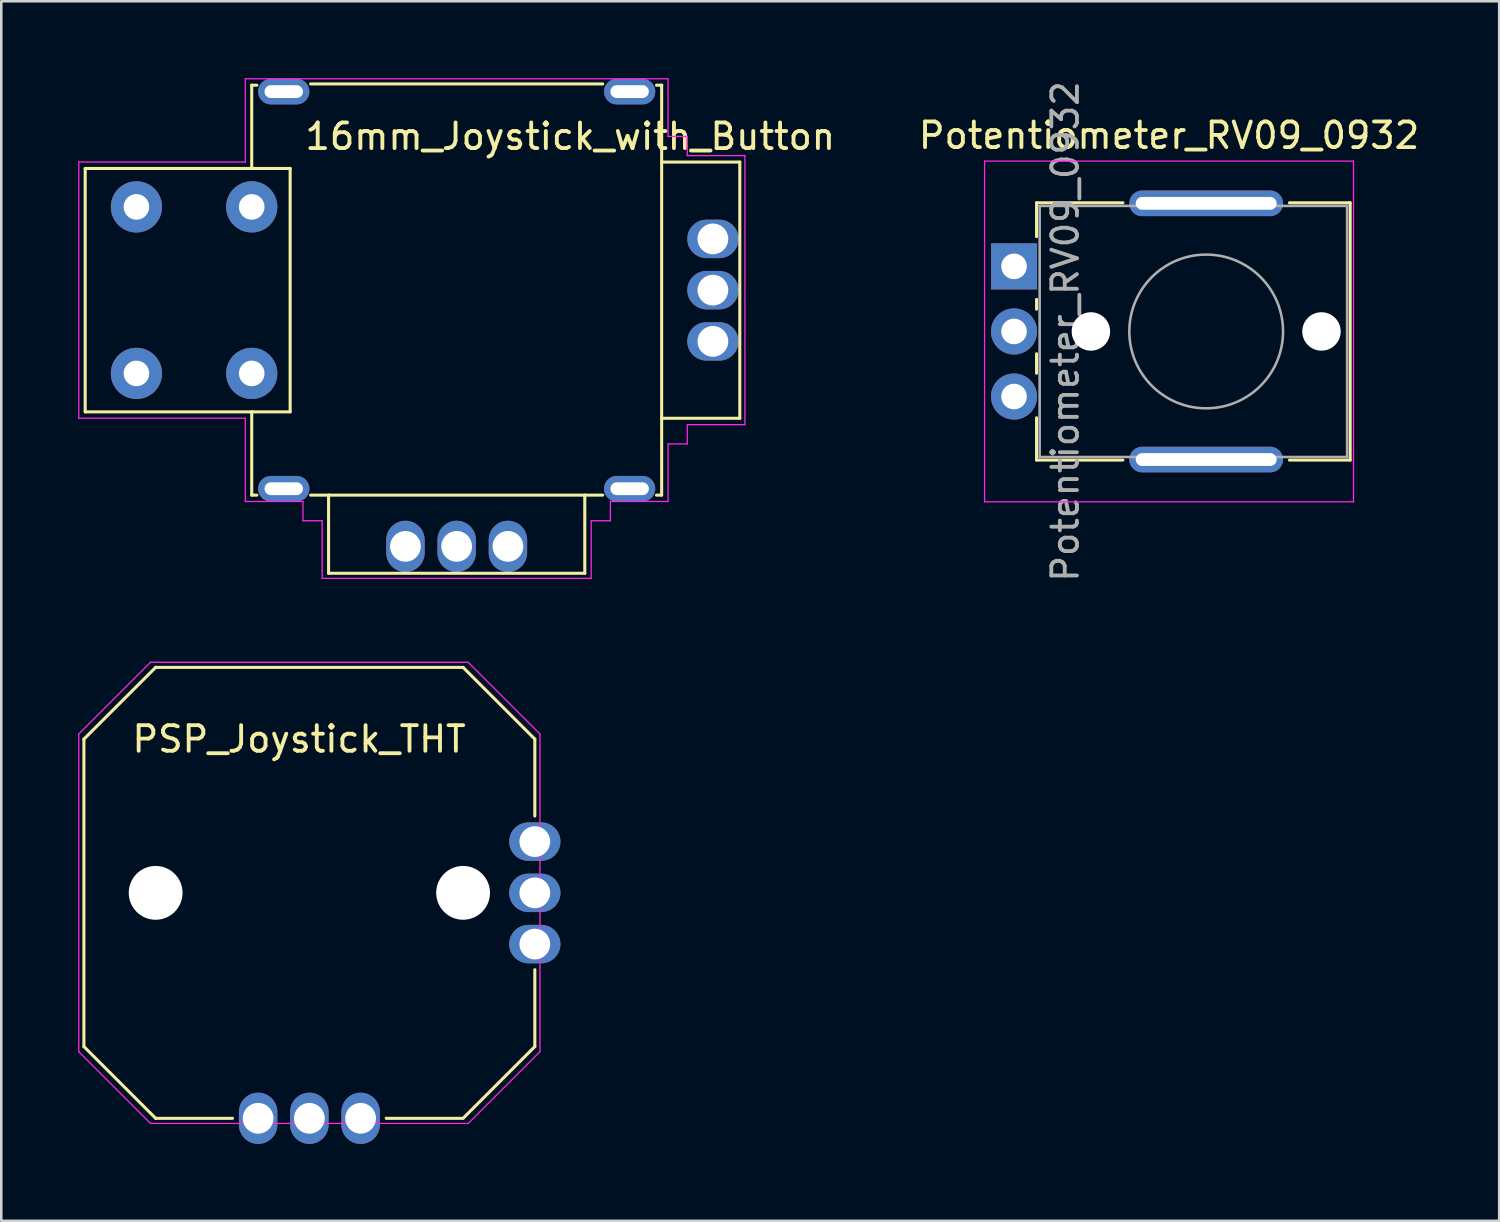
<source format=kicad_pcb>
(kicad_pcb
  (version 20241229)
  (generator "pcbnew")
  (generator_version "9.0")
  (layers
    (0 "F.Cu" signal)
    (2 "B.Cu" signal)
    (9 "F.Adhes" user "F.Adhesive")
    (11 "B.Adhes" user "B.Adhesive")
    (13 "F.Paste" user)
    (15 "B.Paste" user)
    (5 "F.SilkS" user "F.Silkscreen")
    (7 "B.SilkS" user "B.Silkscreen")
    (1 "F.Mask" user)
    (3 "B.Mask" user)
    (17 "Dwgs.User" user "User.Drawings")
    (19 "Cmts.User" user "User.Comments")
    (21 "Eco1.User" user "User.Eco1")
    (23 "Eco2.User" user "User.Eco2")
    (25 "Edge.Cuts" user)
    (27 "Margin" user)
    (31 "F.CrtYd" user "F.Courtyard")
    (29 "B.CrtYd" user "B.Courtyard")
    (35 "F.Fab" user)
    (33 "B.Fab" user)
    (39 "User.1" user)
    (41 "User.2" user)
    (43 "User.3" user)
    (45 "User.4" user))
  (footprint "Potentiometer_RV09_0932"
    (layer "F.Cu")
    (at 44.029 9.887)
    (property "Reference" "Potentiometer_RV09_0932" (at -1.45 -7.65 0) (layer "F.SilkS") (effects (font (size 1 1) (thickness 0.15))))
    (attr through_hole)
    (fp_line (start -6.62 -5.021) (end -6.62 -3.7) (stroke (width 0.12) (type solid)) (layer "F.SilkS"))
    (fp_line (start -6.62 -5.021) (end -3.25 -5.021) (stroke (width 0.12) (type solid)) (layer "F.SilkS"))
    (fp_line (start -6.62 -1.25) (end -6.62 -0.87) (stroke (width 0.12) (type solid)) (layer "F.SilkS"))
    (fp_line (start -6.62 0.871) (end -6.62 1.63) (stroke (width 0.12) (type solid)) (layer "F.SilkS"))
    (fp_line (start -6.62 3.37) (end -6.62 5.02) (stroke (width 0.12) (type solid)) (layer "F.SilkS"))
    (fp_line (start -6.62 5.02) (end -3.25 5.02) (stroke (width 0.12) (type solid)) (layer "F.SilkS"))
    (fp_line (start 3.25 -5.021) (end 5.62 -5.021) (stroke (width 0.12) (type solid)) (layer "F.SilkS"))
    (fp_line (start 3.25 5.02) (end 5.62 5.02) (stroke (width 0.12) (type solid)) (layer "F.SilkS"))
    (fp_line (start 5.62 -5.021) (end 5.62 5.02) (stroke (width 0.12) (type solid)) (layer "F.SilkS"))
    (fp_line (start -8.65 -6.65) (end -8.65 6.65) (stroke (width 0.05) (type solid)) (layer "F.CrtYd"))
    (fp_line (start -8.65 6.65) (end 5.75 6.65) (stroke (width 0.05) (type solid)) (layer "F.CrtYd"))
    (fp_line (start 5.75 -6.65) (end -8.65 -6.65) (stroke (width 0.05) (type solid)) (layer "F.CrtYd"))
    (fp_line (start 5.75 6.65) (end 5.75 -6.65) (stroke (width 0.05) (type solid)) (layer "F.CrtYd"))
    (fp_line (start -6.5 -4.9) (end -6.5 4.9) (stroke (width 0.1) (type solid)) (layer "F.Fab"))
    (fp_line (start -6.5 4.9) (end 5.5 4.9) (stroke (width 0.1) (type solid)) (layer "F.Fab"))
    (fp_line (start 5.5 -4.9) (end -6.5 -4.9) (stroke (width 0.1) (type solid)) (layer "F.Fab"))
    (fp_line (start 5.5 4.9) (end 5.5 -4.9) (stroke (width 0.1) (type solid)) (layer "F.Fab"))
    (fp_circle (center 0 0) (end 3 0) (stroke (width 0.1) (type solid)) (fill no) (layer "F.Fab"))
    (fp_text user "${REFERENCE}" (at -5.5 0 90) (layer "F.Fab") (effects (font (size 1 1) (thickness 0.15))))
    (pad "" np_thru_hole circle (at -4.5 0) (size 1.5 1.5) (drill 1.5) (layers "*.Cu" "*.Mask"))
    (pad "" np_thru_hole circle (at 4.5 0) (size 1.5 1.5) (drill 1.5) (layers "*.Cu" "*.Mask"))
    (pad "1" thru_hole rect (at -7.5 -2.54) (size 1.8 1.8) (drill 1) (layers "*.Cu" "*.Mask"))
    (pad "2" thru_hole circle (at -7.5 0) (size 1.8 1.8) (drill 1) (layers "*.Cu" "*.Mask"))
    (pad "3" thru_hole circle (at -7.5 2.54) (size 1.8 1.8) (drill 1) (layers "*.Cu" "*.Mask"))
    (pad "MP" thru_hole oval (at 0 -5) (size 6 1) (drill oval 5.5 0.5) (layers "*.Cu" "*.Mask"))
    (pad "MP" thru_hole oval (at 0 5) (size 6 1) (drill oval 5.5 0.5) (layers "*.Cu" "*.Mask")))
  (footprint "PSP_Joystick_THT"
    (layer "F.Cu")
    (at 9.025 31.799)
    (property "Reference" "PSP_Joystick_THT" (at -7 -6 0) (layer "F.SilkS") (effects (font (size 1 1) (thickness 0.15)) (justify left)))
    (attr through_hole)
    (fp_line (start -8.8 -6) (end -6 -8.8) (stroke (width 0.12) (type default)) (layer "F.SilkS"))
    (fp_line (start -8.8 6) (end -8.8 -6) (stroke (width 0.12) (type default)) (layer "F.SilkS"))
    (fp_line (start -6 -8.8) (end 6 -8.8) (stroke (width 0.12) (type default)) (layer "F.SilkS"))
    (fp_line (start -6 8.8) (end -8.8 6) (stroke (width 0.12) (type default)) (layer "F.SilkS"))
    (fp_line (start -6 8.8) (end -3 8.8) (stroke (width 0.12) (type default)) (layer "F.SilkS"))
    (fp_line (start 3 8.8) (end 6 8.8) (stroke (width 0.12) (type default)) (layer "F.SilkS"))
    (fp_line (start 6 -8.8) (end 8.8 -6) (stroke (width 0.12) (type default)) (layer "F.SilkS"))
    (fp_line (start 8.8 -6) (end 8.8 -3) (stroke (width 0.12) (type default)) (layer "F.SilkS"))
    (fp_line (start 8.8 3) (end 8.8 6) (stroke (width 0.12) (type default)) (layer "F.SilkS"))
    (fp_line (start 8.8 6) (end 6 8.8) (stroke (width 0.12) (type default)) (layer "F.SilkS"))
    (fp_line (start -2 6) (end -1.5 6) (stroke (width 0.12) (type default)) (layer "Eco1.User"))
    (fp_line (start -2 7.5) (end -2 6) (stroke (width 0.12) (type default)) (layer "Eco1.User"))
    (fp_line (start -1.5 5.5) (end 1.5 5.5) (stroke (width 0.12) (type default)) (layer "Eco1.User"))
    (fp_line (start -1.5 6.5) (end -1.5 5.5) (stroke (width 0.12) (type default)) (layer "Eco1.User"))
    (fp_line (start -0.25 6.75) (end 0.25 6.75) (stroke (width 0.12) (type default)) (layer "Eco1.User"))
    (fp_line (start 0 6.5) (end -0.25 6.75) (stroke (width 0.12) (type default)) (layer "Eco1.User"))
    (fp_line (start 0 7.5) (end 0 6.5) (stroke (width 0.12) (type default)) (layer "Eco1.User"))
    (fp_line (start 0.25 6.75) (end 0 6.5) (stroke (width 0.12) (type default)) (layer "Eco1.User"))
    (fp_line (start 1.5 5.5) (end 1.5 6.5) (stroke (width 0.12) (type default)) (layer "Eco1.User"))
    (fp_line (start 1.5 6.5) (end -1.5 6.5) (stroke (width 0.12) (type default)) (layer "Eco1.User"))
    (fp_line (start 2 6) (end 1.5 6) (stroke (width 0.12) (type default)) (layer "Eco1.User"))
    (fp_line (start 2 7.5) (end 2 6) (stroke (width 0.12) (type default)) (layer "Eco1.User"))
    (fp_line (start 5.5 -1.5) (end 6.5 -1.5) (stroke (width 0.12) (type default)) (layer "Eco1.User"))
    (fp_line (start 5.5 1.5) (end 5.5 -1.5) (stroke (width 0.12) (type default)) (layer "Eco1.User"))
    (fp_line (start 6 -2) (end 6 -1.5) (stroke (width 0.12) (type default)) (layer "Eco1.User"))
    (fp_line (start 6 2) (end 6 1.5) (stroke (width 0.12) (type default)) (layer "Eco1.User"))
    (fp_line (start 6.5 -1.5) (end 6.5 1.5) (stroke (width 0.12) (type default)) (layer "Eco1.User"))
    (fp_line (start 6.5 0) (end 6.75 0.25) (stroke (width 0.12) (type default)) (layer "Eco1.User"))
    (fp_line (start 6.5 1.5) (end 5.5 1.5) (stroke (width 0.12) (type default)) (layer "Eco1.User"))
    (fp_line (start 6.75 -0.25) (end 6.5 0) (stroke (width 0.12) (type default)) (layer "Eco1.User"))
    (fp_line (start 6.75 0.25) (end 6.75 -0.25) (stroke (width 0.12) (type default)) (layer "Eco1.User"))
    (fp_line (start 7.5 -2) (end 6 -2) (stroke (width 0.12) (type default)) (layer "Eco1.User"))
    (fp_line (start 7.5 0) (end 6.5 0) (stroke (width 0.12) (type default)) (layer "Eco1.User"))
    (fp_line (start 7.5 2) (end 6 2) (stroke (width 0.12) (type default)) (layer "Eco1.User"))
    (fp_line (start -9 -6.2) (end -6.2 -9) (stroke (width 0.05) (type default)) (layer "F.CrtYd"))
    (fp_line (start -9 6.2) (end -9 -6.2) (stroke (width 0.05) (type default)) (layer "F.CrtYd"))
    (fp_line (start -6.2 -9) (end 6.2 -9) (stroke (width 0.05) (type default)) (layer "F.CrtYd"))
    (fp_line (start -6.2 9) (end -9 6.2) (stroke (width 0.05) (type default)) (layer "F.CrtYd"))
    (fp_line (start 6.2 -9) (end 9 -6.2) (stroke (width 0.05) (type default)) (layer "F.CrtYd"))
    (fp_line (start 6.2 9) (end -6.2 9) (stroke (width 0.05) (type default)) (layer "F.CrtYd"))
    (fp_line (start 9 -6.2) (end 9 6.2) (stroke (width 0.05) (type default)) (layer "F.CrtYd"))
    (fp_line (start 9 6.2) (end 6.2 9) (stroke (width 0.05) (type default)) (layer "F.CrtYd"))
    (pad "" np_thru_hole circle (at -6 0 90) (size 2.1 2.1) (drill 2.1) (layers "*.Cu" "*.Mask"))
    (pad "" np_thru_hole circle (at 6 0 90) (size 2.1 2.1) (drill 2.1) (layers "*.Cu" "*.Mask"))
    (pad "1" thru_hole oval (at 8.8 -2 90) (size 1.5 2) (drill 1.2) (layers "*.Cu" "*.Mask"))
    (pad "2" thru_hole oval (at 8.8 0 90) (size 1.5 2) (drill 1.2) (layers "*.Cu" "*.Mask"))
    (pad "3" thru_hole oval (at 8.8 2 90) (size 1.5 2) (drill 1.2) (layers "*.Cu" "*.Mask"))
    (pad "4" thru_hole oval (at 2 8.8 90) (size 2 1.5) (drill 1.2) (layers "*.Cu" "*.Mask"))
    (pad "5" thru_hole oval (at 0 8.8 90) (size 2 1.5) (drill 1.2) (layers "*.Cu" "*.Mask"))
    (pad "6" thru_hole oval (at -2 8.8 90) (size 2 1.5) (drill 1.2) (layers "*.Cu" "*.Mask")))
  (footprint "16mm_Joystick_with_Button"
    (layer "F.Cu")
    (at 14.775 8.275)
    (property "Reference" "16mm_Joystick_with_Button" (at -6 -6 0) (layer "F.SilkS") (effects (font (size 1 1) (thickness 0.15)) (justify left)))
    (attr through_hole)
    (fp_line (start -14.5 -4.75) (end -14.5 4.75) (stroke (width 0.12) (type default)) (layer "F.SilkS"))
    (fp_line (start -14.5 -4.75) (end -8 -4.75) (stroke (width 0.12) (type default)) (layer "F.SilkS"))
    (fp_line (start -14.5 4.75) (end -8 4.75) (stroke (width 0.12) (type default)) (layer "F.SilkS"))
    (fp_line (start -8 -8) (end -7.8 -8) (stroke (width 0.12) (type default)) (layer "F.SilkS"))
    (fp_line (start -8 -4.75) (end -8 -8) (stroke (width 0.12) (type default)) (layer "F.SilkS"))
    (fp_line (start -8 -4.75) (end -6.5 -4.75) (stroke (width 0.12) (type default)) (layer "F.SilkS"))
    (fp_line (start -8 8) (end -8 4.75) (stroke (width 0.12) (type default)) (layer "F.SilkS"))
    (fp_line (start -8 8) (end -7.8 8) (stroke (width 0.12) (type default)) (layer "F.SilkS"))
    (fp_line (start -6.5 -4.75) (end -6.5 4.75) (stroke (width 0.12) (type default)) (layer "F.SilkS"))
    (fp_line (start -6.5 4.75) (end -8 4.75) (stroke (width 0.12) (type default)) (layer "F.SilkS"))
    (fp_line (start -5.7 -8.05) (end 5.7 -8.05) (stroke (width 0.12) (type default)) (layer "F.SilkS"))
    (fp_line (start -5.7 8) (end 5.7 8) (stroke (width 0.12) (type default)) (layer "F.SilkS"))
    (fp_line (start -5 8) (end -5 11.05) (stroke (width 0.12) (type default)) (layer "F.SilkS"))
    (fp_line (start -5 11.05) (end 5 11.05) (stroke (width 0.12) (type default)) (layer "F.SilkS"))
    (fp_line (start 5 11.05) (end 5 8) (stroke (width 0.12) (type default)) (layer "F.SilkS"))
    (fp_line (start 8 -8) (end 7.8 -8) (stroke (width 0.12) (type default)) (layer "F.SilkS"))
    (fp_line (start 8 -8) (end 8 8) (stroke (width 0.12) (type default)) (layer "F.SilkS"))
    (fp_line (start 8 8) (end 7.8 8) (stroke (width 0.12) (type default)) (layer "F.SilkS"))
    (fp_line (start 11.05 -5) (end 8 -5) (stroke (width 0.12) (type default)) (layer "F.SilkS"))
    (fp_line (start 11.05 -5) (end 11.05 5) (stroke (width 0.12) (type default)) (layer "F.SilkS"))
    (fp_line (start 11.05 5) (end 8 5) (stroke (width 0.12) (type default)) (layer "F.SilkS"))
    (fp_line (start -2 6.5) (end -1.5 6.5) (stroke (width 0.12) (type default)) (layer "Eco1.User"))
    (fp_line (start -2 8) (end -2 6.5) (stroke (width 0.12) (type default)) (layer "Eco1.User"))
    (fp_line (start -1.5 6) (end 1.5 6) (stroke (width 0.12) (type default)) (layer "Eco1.User"))
    (fp_line (start -1.5 7) (end -1.5 6) (stroke (width 0.12) (type default)) (layer "Eco1.User"))
    (fp_line (start -0.25 7.25) (end 0.25 7.25) (stroke (width 0.12) (type default)) (layer "Eco1.User"))
    (fp_line (start 0 7) (end -0.25 7.25) (stroke (width 0.12) (type default)) (layer "Eco1.User"))
    (fp_line (start 0 8) (end 0 7) (stroke (width 0.12) (type default)) (layer "Eco1.User"))
    (fp_line (start 0.25 7.25) (end 0 7) (stroke (width 0.12) (type default)) (layer "Eco1.User"))
    (fp_line (start 1.5 6) (end 1.5 7) (stroke (width 0.12) (type default)) (layer "Eco1.User"))
    (fp_line (start 1.5 7) (end -1.5 7) (stroke (width 0.12) (type default)) (layer "Eco1.User"))
    (fp_line (start 2 6.5) (end 1.5 6.5) (stroke (width 0.12) (type default)) (layer "Eco1.User"))
    (fp_line (start 2 8) (end 2 6.5) (stroke (width 0.12) (type default)) (layer "Eco1.User"))
    (fp_line (start 6 -1.5) (end 7 -1.5) (stroke (width 0.12) (type default)) (layer "Eco1.User"))
    (fp_line (start 6 1.5) (end 6 -1.5) (stroke (width 0.12) (type default)) (layer "Eco1.User"))
    (fp_line (start 6.5 -2) (end 6.5 -1.5) (stroke (width 0.12) (type default)) (layer "Eco1.User"))
    (fp_line (start 6.5 2) (end 6.5 1.5) (stroke (width 0.12) (type default)) (layer "Eco1.User"))
    (fp_line (start 7 -1.5) (end 7 1.5) (stroke (width 0.12) (type default)) (layer "Eco1.User"))
    (fp_line (start 7 0) (end 7.25 0.25) (stroke (width 0.12) (type default)) (layer "Eco1.User"))
    (fp_line (start 7 1.5) (end 6 1.5) (stroke (width 0.12) (type default)) (layer "Eco1.User"))
    (fp_line (start 7.25 -0.25) (end 7 0) (stroke (width 0.12) (type default)) (layer "Eco1.User"))
    (fp_line (start 7.25 0.25) (end 7.25 -0.25) (stroke (width 0.12) (type default)) (layer "Eco1.User"))
    (fp_line (start 8 -2) (end 6.5 -2) (stroke (width 0.12) (type default)) (layer "Eco1.User"))
    (fp_line (start 8 0) (end 7 0) (stroke (width 0.12) (type default)) (layer "Eco1.User"))
    (fp_line (start 8 2) (end 6.5 2) (stroke (width 0.12) (type default)) (layer "Eco1.User"))
    (fp_line (start -14.75 -5) (end -14.75 5) (stroke (width 0.05) (type default)) (layer "F.CrtYd"))
    (fp_line (start -14.75 5) (end -8.25 5) (stroke (width 0.05) (type default)) (layer "F.CrtYd"))
    (fp_line (start -8.25 -8.25) (end -8.25 -5) (stroke (width 0.05) (type default)) (layer "F.CrtYd"))
    (fp_line (start -8.25 -8.25) (end 8.25 -8.25) (stroke (width 0.05) (type default)) (layer "F.CrtYd"))
    (fp_line (start -8.25 -5) (end -14.75 -5) (stroke (width 0.05) (type default)) (layer "F.CrtYd"))
    (fp_line (start -8.25 5) (end -8.25 8.25) (stroke (width 0.05) (type default)) (layer "F.CrtYd"))
    (fp_line (start -6 8.25) (end -8.25 8.25) (stroke (width 0.05) (type default)) (layer "F.CrtYd"))
    (fp_line (start -6 9) (end -6 8.25) (stroke (width 0.05) (type default)) (layer "F.CrtYd"))
    (fp_line (start -5.25 9) (end -6 9) (stroke (width 0.05) (type default)) (layer "F.CrtYd"))
    (fp_line (start -5.25 11.25) (end -5.25 9) (stroke (width 0.05) (type default)) (layer "F.CrtYd"))
    (fp_line (start 5.25 9) (end 5.25 11.25) (stroke (width 0.05) (type default)) (layer "F.CrtYd"))
    (fp_line (start 5.25 11.25) (end -5.25 11.25) (stroke (width 0.05) (type default)) (layer "F.CrtYd"))
    (fp_line (start 6 8.25) (end 6 9) (stroke (width 0.05) (type default)) (layer "F.CrtYd"))
    (fp_line (start 6 9) (end 5.25 9) (stroke (width 0.05) (type default)) (layer "F.CrtYd"))
    (fp_line (start 8.25 -8.25) (end 8.25 -6) (stroke (width 0.05) (type default)) (layer "F.CrtYd"))
    (fp_line (start 8.25 -6) (end 9 -6) (stroke (width 0.05) (type default)) (layer "F.CrtYd"))
    (fp_line (start 8.25 6) (end 8.25 8.25) (stroke (width 0.05) (type default)) (layer "F.CrtYd"))
    (fp_line (start 8.25 8.25) (end 6 8.25) (stroke (width 0.05) (type default)) (layer "F.CrtYd"))
    (fp_line (start 9 -6) (end 9 -5.25) (stroke (width 0.05) (type default)) (layer "F.CrtYd"))
    (fp_line (start 9 -5.25) (end 11.25 -5.25) (stroke (width 0.05) (type default)) (layer "F.CrtYd"))
    (fp_line (start 9 5.25) (end 9 6) (stroke (width 0.05) (type default)) (layer "F.CrtYd"))
    (fp_line (start 9 6) (end 8.25 6) (stroke (width 0.05) (type default)) (layer "F.CrtYd"))
    (fp_line (start 11.25 -5.25) (end 11.25 5.25) (stroke (width 0.05) (type default)) (layer "F.CrtYd"))
    (fp_line (start 11.25 5.25) (end 9 5.25) (stroke (width 0.05) (type default)) (layer "F.CrtYd"))
    (pad "" thru_hole oval (at -6.75 -7.75) (size 2 1) (drill oval 1.5 0.5) (layers "*.Cu" "*.Mask"))
    (pad "" thru_hole oval (at -6.75 7.75) (size 2 1) (drill oval 1.5 0.5) (layers "*.Cu" "*.Mask"))
    (pad "" thru_hole oval (at 6.75 -7.75) (size 2 1) (drill oval 1.5 0.5) (layers "*.Cu" "*.Mask"))
    (pad "" thru_hole oval (at 6.75 7.75) (size 2 1) (drill oval 1.5 0.5) (layers "*.Cu" "*.Mask"))
    (pad "1" thru_hole oval (at 10 -2) (size 2 1.5) (drill 1.2) (layers "*.Cu" "*.Mask"))
    (pad "2" thru_hole oval (at 10 0) (size 2 1.5) (drill 1.2) (layers "*.Cu" "*.Mask"))
    (pad "3" thru_hole oval (at 10 2) (size 2 1.5) (drill 1.2) (layers "*.Cu" "*.Mask"))
    (pad "4" thru_hole oval (at 2 10) (size 1.5 2) (drill 1.2) (layers "*.Cu" "*.Mask"))
    (pad "5" thru_hole oval (at 0 10) (size 1.5 2) (drill 1.2) (layers "*.Cu" "*.Mask"))
    (pad "6" thru_hole oval (at -2 10) (size 1.5 2) (drill 1.2) (layers "*.Cu" "*.Mask"))
    (pad "7" thru_hole circle (at -8 -3.25) (size 2 2) (drill 1) (layers "*.Cu" "*.Mask"))
    (pad "7" thru_hole circle (at -8 3.25) (size 2 2) (drill 1) (layers "*.Cu" "*.Mask"))
    (pad "8" thru_hole circle (at -12.5 -3.25) (size 2 2) (drill 1) (layers "*.Cu" "*.Mask"))
    (pad "8" thru_hole circle (at -12.5 3.25) (size 2 2) (drill 1) (layers "*.Cu" "*.Mask")))
  (gr_rect
    (start -3 -3)
    (end 55.465 44.599)
    (stroke (width 0.1) (type default))
    (fill no)
    (layer "Edge.Cuts")))
</source>
